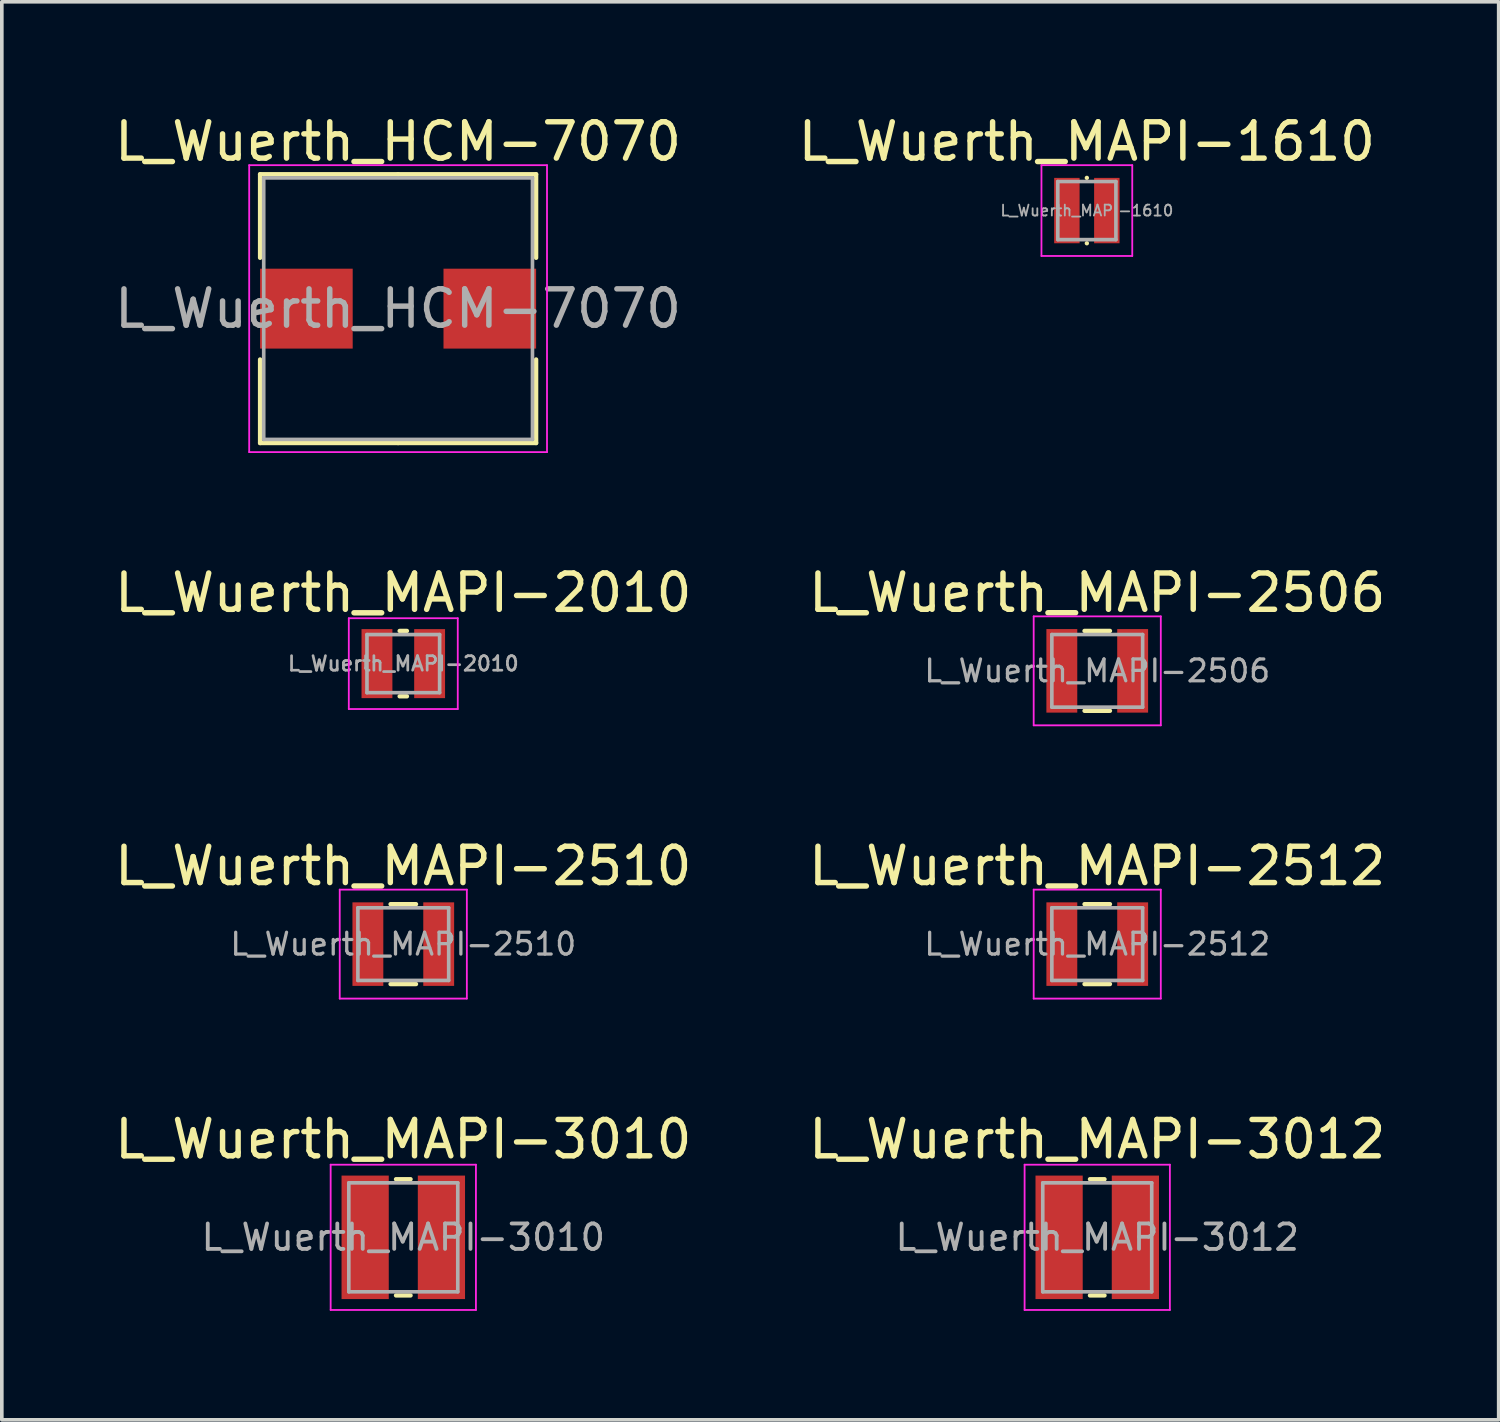
<source format=kicad_pcb>
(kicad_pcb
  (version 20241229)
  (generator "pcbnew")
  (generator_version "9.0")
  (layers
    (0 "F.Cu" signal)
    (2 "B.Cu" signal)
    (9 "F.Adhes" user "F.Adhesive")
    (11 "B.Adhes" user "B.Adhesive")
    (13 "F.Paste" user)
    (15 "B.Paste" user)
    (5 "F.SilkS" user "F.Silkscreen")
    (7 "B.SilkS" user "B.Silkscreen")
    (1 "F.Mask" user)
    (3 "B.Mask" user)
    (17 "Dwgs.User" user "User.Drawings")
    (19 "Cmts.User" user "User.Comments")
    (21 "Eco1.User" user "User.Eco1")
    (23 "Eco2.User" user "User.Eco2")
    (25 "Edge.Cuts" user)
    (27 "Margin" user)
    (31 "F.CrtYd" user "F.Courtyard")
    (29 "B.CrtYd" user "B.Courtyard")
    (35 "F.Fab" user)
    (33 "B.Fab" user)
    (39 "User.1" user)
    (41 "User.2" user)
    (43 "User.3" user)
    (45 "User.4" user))
  (footprint "L_Wuerth_MAPI-2010"
    (layer "F.Cu")
    (at 8.054 15.222)
    (property "Reference" "L_Wuerth_MAPI-2010" (at 0 -1.95 0) (layer "F.SilkS") (effects (font (size 1 1) (thickness 0.15))))
    (attr smd)
    (fp_line (start -0.1 -0.9) (end 0.1 -0.9) (stroke (width 0.12) (type solid)) (layer "F.SilkS"))
    (fp_line (start -0.1 0.9) (end 0.1 0.9) (stroke (width 0.12) (type solid)) (layer "F.SilkS"))
    (fp_line (start -1.5 -1.25) (end -1.5 1.25) (stroke (width 0.05) (type solid)) (layer "F.CrtYd"))
    (fp_line (start -1.5 1.25) (end 1.5 1.25) (stroke (width 0.05) (type solid)) (layer "F.CrtYd"))
    (fp_line (start 1.5 -1.25) (end -1.5 -1.25) (stroke (width 0.05) (type solid)) (layer "F.CrtYd"))
    (fp_line (start 1.5 1.25) (end 1.5 -1.25) (stroke (width 0.05) (type solid)) (layer "F.CrtYd"))
    (fp_line (start -1 -0.8) (end -1 0.8) (stroke (width 0.1) (type solid)) (layer "F.Fab"))
    (fp_line (start -1 0.8) (end 1 0.8) (stroke (width 0.1) (type solid)) (layer "F.Fab"))
    (fp_line (start 1 -0.8) (end -1 -0.8) (stroke (width 0.1) (type solid)) (layer "F.Fab"))
    (fp_line (start 1 0.8) (end 1 -0.8) (stroke (width 0.1) (type solid)) (layer "F.Fab"))
    (fp_text user "${REFERENCE}" (at 0 0 0) (layer "F.Fab") (effects (font (size 0.4 0.4) (thickness 0.075))))
    (pad "1" smd rect (at -0.725 0) (size 0.85 1.9) (layers "F.Cu" "F.Mask" "F.Paste"))
    (pad "2" smd rect (at 0.725 0) (size 0.85 1.9) (layers "F.Cu" "F.Mask" "F.Paste")))
  (footprint "L_Wuerth_MAPI-3012"
    (layer "F.Cu")
    (at 27.161 31.018)
    (property "Reference" "L_Wuerth_MAPI-3012" (at 0 -2.7 0) (layer "F.SilkS") (effects (font (size 1 1) (thickness 0.15))))
    (attr smd)
    (fp_line (start -0.2 -1.6) (end 0.2 -1.6) (stroke (width 0.12) (type solid)) (layer "F.SilkS"))
    (fp_line (start -0.2 1.6) (end 0.2 1.6) (stroke (width 0.12) (type solid)) (layer "F.SilkS"))
    (fp_line (start -2 -2) (end -2 2) (stroke (width 0.05) (type solid)) (layer "F.CrtYd"))
    (fp_line (start -2 2) (end 2 2) (stroke (width 0.05) (type solid)) (layer "F.CrtYd"))
    (fp_line (start 2 -2) (end -2 -2) (stroke (width 0.05) (type solid)) (layer "F.CrtYd"))
    (fp_line (start 2 2) (end 2 -2) (stroke (width 0.05) (type solid)) (layer "F.CrtYd"))
    (fp_line (start -1.5 -1.5) (end -1.5 1.5) (stroke (width 0.1) (type solid)) (layer "F.Fab"))
    (fp_line (start -1.5 1.5) (end 1.5 1.5) (stroke (width 0.1) (type solid)) (layer "F.Fab"))
    (fp_line (start 1.5 -1.5) (end -1.5 -1.5) (stroke (width 0.1) (type solid)) (layer "F.Fab"))
    (fp_line (start 1.5 1.5) (end 1.5 -1.5) (stroke (width 0.1) (type solid)) (layer "F.Fab"))
    (fp_text user "${REFERENCE}" (at 0 0 0) (layer "F.Fab") (effects (font (size 0.7 0.7) (thickness 0.105))))
    (pad "1" smd rect (at -1.05 0) (size 1.3 3.4) (layers "F.Cu" "F.Mask" "F.Paste"))
    (pad "2" smd rect (at 1.05 0) (size 1.3 3.4) (layers "F.Cu" "F.Mask" "F.Paste")))
  (footprint "L_Wuerth_MAPI-1610"
    (layer "F.Cu")
    (at 26.875 2.748)
    (property "Reference" "L_Wuerth_MAPI-1610" (at 0 -1.9 0) (layer "F.SilkS") (effects (font (size 1 1) (thickness 0.15))))
    (attr smd)
    (fp_line (start 0 -0.9) (end 0 -0.9) (stroke (width 0.12) (type solid)) (layer "F.SilkS"))
    (fp_line (start 0 0.9) (end 0 0.9) (stroke (width 0.12) (type solid)) (layer "F.SilkS"))
    (fp_line (start -1.25 -1.25) (end -1.25 1.25) (stroke (width 0.05) (type solid)) (layer "F.CrtYd"))
    (fp_line (start -1.25 1.25) (end 1.25 1.25) (stroke (width 0.05) (type solid)) (layer "F.CrtYd"))
    (fp_line (start 1.25 -1.25) (end -1.25 -1.25) (stroke (width 0.05) (type solid)) (layer "F.CrtYd"))
    (fp_line (start 1.25 1.25) (end 1.25 -1.25) (stroke (width 0.05) (type solid)) (layer "F.CrtYd"))
    (fp_line (start -0.8 -0.8) (end -0.8 0.8) (stroke (width 0.1) (type solid)) (layer "F.Fab"))
    (fp_line (start -0.8 0.8) (end 0.8 0.8) (stroke (width 0.1) (type solid)) (layer "F.Fab"))
    (fp_line (start 0.8 -0.8) (end -0.8 -0.8) (stroke (width 0.1) (type solid)) (layer "F.Fab"))
    (fp_line (start 0.8 0.8) (end 0.8 -0.8) (stroke (width 0.1) (type solid)) (layer "F.Fab"))
    (fp_text user "${REFERENCE}" (at 0 0 0) (layer "F.Fab") (effects (font (size 0.3 0.3) (thickness 0.05))))
    (pad "1" smd rect (at -0.55 0) (size 0.7 1.8) (layers "F.Cu" "F.Mask" "F.Paste"))
    (pad "2" smd rect (at 0.55 0) (size 0.7 1.8) (layers "F.Cu" "F.Mask" "F.Paste")))
  (footprint "L_Wuerth_HCM-7070"
    (layer "F.Cu")
    (at 7.911 5.448)
    (property "Reference" "L_Wuerth_HCM-7070" (at 0 -4.6 0) (layer "F.SilkS") (effects (font (size 1 1) (thickness 0.15))))
    (attr smd)
    (fp_line (start -3.8 -3.7) (end 0 -3.7) (stroke (width 0.12) (type solid)) (layer "F.SilkS"))
    (fp_line (start -3.8 -1.4) (end -3.8 -3.7) (stroke (width 0.12) (type solid)) (layer "F.SilkS"))
    (fp_line (start -3.8 1.4) (end -3.8 3.7) (stroke (width 0.12) (type solid)) (layer "F.SilkS"))
    (fp_line (start -3.8 3.7) (end 0 3.7) (stroke (width 0.12) (type solid)) (layer "F.SilkS"))
    (fp_line (start 3.8 -3.7) (end 0 -3.7) (stroke (width 0.12) (type solid)) (layer "F.SilkS"))
    (fp_line (start 3.8 -1.4) (end 3.8 -3.7) (stroke (width 0.12) (type solid)) (layer "F.SilkS"))
    (fp_line (start 3.8 1.4) (end 3.8 3.7) (stroke (width 0.12) (type solid)) (layer "F.SilkS"))
    (fp_line (start 3.8 3.7) (end 0 3.7) (stroke (width 0.12) (type solid)) (layer "F.SilkS"))
    (fp_line (start -4.1 -3.95) (end -4.1 3.95) (stroke (width 0.05) (type solid)) (layer "F.CrtYd"))
    (fp_line (start -4.1 3.95) (end 4.1 3.95) (stroke (width 0.05) (type solid)) (layer "F.CrtYd"))
    (fp_line (start 4.1 -3.95) (end -4.1 -3.95) (stroke (width 0.05) (type solid)) (layer "F.CrtYd"))
    (fp_line (start 4.1 3.95) (end 4.1 -3.95) (stroke (width 0.05) (type solid)) (layer "F.CrtYd"))
    (fp_line (start -3.7 -3.6) (end -3.7 3.6) (stroke (width 0.1) (type solid)) (layer "F.Fab"))
    (fp_line (start -3.7 3.6) (end 3.7 3.6) (stroke (width 0.1) (type solid)) (layer "F.Fab"))
    (fp_line (start 3.7 -3.6) (end -3.7 -3.6) (stroke (width 0.1) (type solid)) (layer "F.Fab"))
    (fp_line (start 3.7 3.6) (end 3.7 -3.6) (stroke (width 0.1) (type solid)) (layer "F.Fab"))
    (fp_text user "${REFERENCE}" (at 0 0 0) (layer "F.Fab") (effects (font (size 1 1) (thickness 0.15))))
    (pad "1" smd rect (at -2.525 0) (size 2.55 2.2) (layers "F.Cu" "F.Mask" "F.Paste"))
    (pad "2" smd rect (at 2.525 0) (size 2.55 2.2) (layers "F.Cu" "F.Mask" "F.Paste")))
  (footprint "L_Wuerth_MAPI-2506"
    (layer "F.Cu")
    (at 27.161 15.421)
    (property "Reference" "L_Wuerth_MAPI-2506" (at 0 -2.15 0) (layer "F.SilkS") (effects (font (size 1 1) (thickness 0.15))))
    (attr smd)
    (fp_line (start -0.35 -1.1) (end 0.35 -1.1) (stroke (width 0.12) (type solid)) (layer "F.SilkS"))
    (fp_line (start -0.35 1.1) (end 0.35 1.1) (stroke (width 0.12) (type solid)) (layer "F.SilkS"))
    (fp_line (start -1.75 -1.5) (end -1.75 1.5) (stroke (width 0.05) (type solid)) (layer "F.CrtYd"))
    (fp_line (start -1.75 1.5) (end 1.75 1.5) (stroke (width 0.05) (type solid)) (layer "F.CrtYd"))
    (fp_line (start 1.75 -1.5) (end -1.75 -1.5) (stroke (width 0.05) (type solid)) (layer "F.CrtYd"))
    (fp_line (start 1.75 1.5) (end 1.75 -1.5) (stroke (width 0.05) (type solid)) (layer "F.CrtYd"))
    (fp_line (start -1.25 -1) (end -1.25 1) (stroke (width 0.1) (type solid)) (layer "F.Fab"))
    (fp_line (start -1.25 1) (end 1.25 1) (stroke (width 0.1) (type solid)) (layer "F.Fab"))
    (fp_line (start 1.25 -1) (end -1.25 -1) (stroke (width 0.1) (type solid)) (layer "F.Fab"))
    (fp_line (start 1.25 1) (end 1.25 -1) (stroke (width 0.1) (type solid)) (layer "F.Fab"))
    (fp_text user "${REFERENCE}" (at 0 0 0) (layer "F.Fab") (effects (font (size 0.6 0.6) (thickness 0.09))))
    (pad "1" smd rect (at -0.975 0) (size 0.85 2.3) (layers "F.Cu" "F.Mask" "F.Paste"))
    (pad "2" smd rect (at 0.975 0) (size 0.85 2.3) (layers "F.Cu" "F.Mask" "F.Paste")))
  (footprint "L_Wuerth_MAPI-2510"
    (layer "F.Cu")
    (at 8.054 22.945)
    (property "Reference" "L_Wuerth_MAPI-2510" (at 0 -2.15 0) (layer "F.SilkS") (effects (font (size 1 1) (thickness 0.15))))
    (attr smd)
    (fp_line (start -0.35 -1.1) (end 0.35 -1.1) (stroke (width 0.12) (type solid)) (layer "F.SilkS"))
    (fp_line (start -0.35 1.1) (end 0.35 1.1) (stroke (width 0.12) (type solid)) (layer "F.SilkS"))
    (fp_line (start -1.75 -1.5) (end -1.75 1.5) (stroke (width 0.05) (type solid)) (layer "F.CrtYd"))
    (fp_line (start -1.75 1.5) (end 1.75 1.5) (stroke (width 0.05) (type solid)) (layer "F.CrtYd"))
    (fp_line (start 1.75 -1.5) (end -1.75 -1.5) (stroke (width 0.05) (type solid)) (layer "F.CrtYd"))
    (fp_line (start 1.75 1.5) (end 1.75 -1.5) (stroke (width 0.05) (type solid)) (layer "F.CrtYd"))
    (fp_line (start -1.25 -1) (end -1.25 1) (stroke (width 0.1) (type solid)) (layer "F.Fab"))
    (fp_line (start -1.25 1) (end 1.25 1) (stroke (width 0.1) (type solid)) (layer "F.Fab"))
    (fp_line (start 1.25 -1) (end -1.25 -1) (stroke (width 0.1) (type solid)) (layer "F.Fab"))
    (fp_line (start 1.25 1) (end 1.25 -1) (stroke (width 0.1) (type solid)) (layer "F.Fab"))
    (fp_text user "${REFERENCE}" (at 0 0 0) (layer "F.Fab") (effects (font (size 0.6 0.6) (thickness 0.09))))
    (pad "1" smd rect (at -0.975 0) (size 0.85 2.3) (layers "F.Cu" "F.Mask" "F.Paste"))
    (pad "2" smd rect (at 0.975 0) (size 0.85 2.3) (layers "F.Cu" "F.Mask" "F.Paste")))
  (footprint "L_Wuerth_MAPI-2512"
    (layer "F.Cu")
    (at 27.161 22.945)
    (property "Reference" "L_Wuerth_MAPI-2512" (at 0 -2.15 0) (layer "F.SilkS") (effects (font (size 1 1) (thickness 0.15))))
    (attr smd)
    (fp_line (start -0.35 -1.1) (end 0.35 -1.1) (stroke (width 0.12) (type solid)) (layer "F.SilkS"))
    (fp_line (start -0.35 1.1) (end 0.35 1.1) (stroke (width 0.12) (type solid)) (layer "F.SilkS"))
    (fp_line (start -1.75 -1.5) (end -1.75 1.5) (stroke (width 0.05) (type solid)) (layer "F.CrtYd"))
    (fp_line (start -1.75 1.5) (end 1.75 1.5) (stroke (width 0.05) (type solid)) (layer "F.CrtYd"))
    (fp_line (start 1.75 -1.5) (end -1.75 -1.5) (stroke (width 0.05) (type solid)) (layer "F.CrtYd"))
    (fp_line (start 1.75 1.5) (end 1.75 -1.5) (stroke (width 0.05) (type solid)) (layer "F.CrtYd"))
    (fp_line (start -1.25 -1) (end -1.25 1) (stroke (width 0.1) (type solid)) (layer "F.Fab"))
    (fp_line (start -1.25 1) (end 1.25 1) (stroke (width 0.1) (type solid)) (layer "F.Fab"))
    (fp_line (start 1.25 -1) (end -1.25 -1) (stroke (width 0.1) (type solid)) (layer "F.Fab"))
    (fp_line (start 1.25 1) (end 1.25 -1) (stroke (width 0.1) (type solid)) (layer "F.Fab"))
    (fp_text user "${REFERENCE}" (at 0 0 0) (layer "F.Fab") (effects (font (size 0.6 0.6) (thickness 0.09))))
    (pad "1" smd rect (at -0.975 0) (size 0.85 2.3) (layers "F.Cu" "F.Mask" "F.Paste"))
    (pad "2" smd rect (at 0.975 0) (size 0.85 2.3) (layers "F.Cu" "F.Mask" "F.Paste")))
  (footprint "L_Wuerth_MAPI-3010"
    (layer "F.Cu")
    (at 8.054 31.018)
    (property "Reference" "L_Wuerth_MAPI-3010" (at 0 -2.7 0) (layer "F.SilkS") (effects (font (size 1 1) (thickness 0.15))))
    (attr smd)
    (fp_line (start -0.2 -1.6) (end 0.2 -1.6) (stroke (width 0.12) (type solid)) (layer "F.SilkS"))
    (fp_line (start -0.2 1.6) (end 0.2 1.6) (stroke (width 0.12) (type solid)) (layer "F.SilkS"))
    (fp_line (start -2 -2) (end -2 2) (stroke (width 0.05) (type solid)) (layer "F.CrtYd"))
    (fp_line (start -2 2) (end 2 2) (stroke (width 0.05) (type solid)) (layer "F.CrtYd"))
    (fp_line (start 2 -2) (end -2 -2) (stroke (width 0.05) (type solid)) (layer "F.CrtYd"))
    (fp_line (start 2 2) (end 2 -2) (stroke (width 0.05) (type solid)) (layer "F.CrtYd"))
    (fp_line (start -1.5 -1.5) (end -1.5 1.5) (stroke (width 0.1) (type solid)) (layer "F.Fab"))
    (fp_line (start -1.5 1.5) (end 1.5 1.5) (stroke (width 0.1) (type solid)) (layer "F.Fab"))
    (fp_line (start 1.5 -1.5) (end -1.5 -1.5) (stroke (width 0.1) (type solid)) (layer "F.Fab"))
    (fp_line (start 1.5 1.5) (end 1.5 -1.5) (stroke (width 0.1) (type solid)) (layer "F.Fab"))
    (fp_text user "${REFERENCE}" (at 0 0 0) (layer "F.Fab") (effects (font (size 0.7 0.7) (thickness 0.105))))
    (pad "1" smd rect (at -1.05 0) (size 1.3 3.4) (layers "F.Cu" "F.Mask" "F.Paste"))
    (pad "2" smd rect (at 1.05 0) (size 1.3 3.4) (layers "F.Cu" "F.Mask" "F.Paste")))
  (gr_rect
    (start -3 -3)
    (end 38.214 36.043)
    (stroke (width 0.1) (type default))
    (fill no)
    (layer "Edge.Cuts")))
</source>
